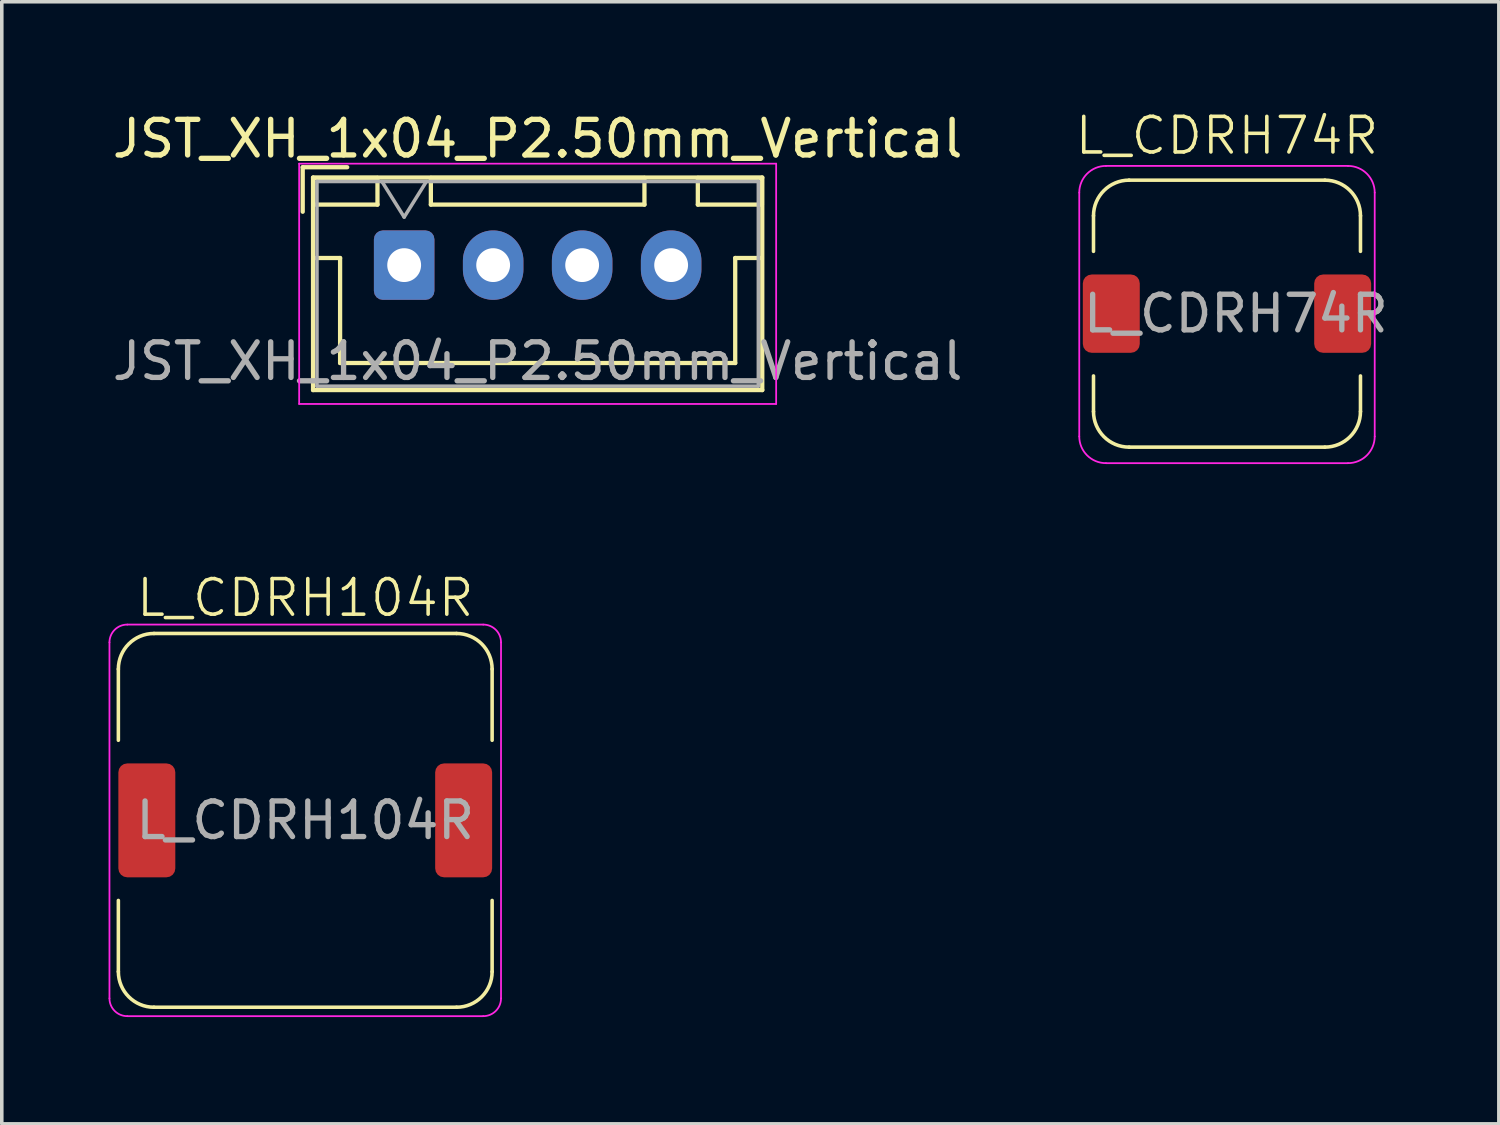
<source format=kicad_pcb>
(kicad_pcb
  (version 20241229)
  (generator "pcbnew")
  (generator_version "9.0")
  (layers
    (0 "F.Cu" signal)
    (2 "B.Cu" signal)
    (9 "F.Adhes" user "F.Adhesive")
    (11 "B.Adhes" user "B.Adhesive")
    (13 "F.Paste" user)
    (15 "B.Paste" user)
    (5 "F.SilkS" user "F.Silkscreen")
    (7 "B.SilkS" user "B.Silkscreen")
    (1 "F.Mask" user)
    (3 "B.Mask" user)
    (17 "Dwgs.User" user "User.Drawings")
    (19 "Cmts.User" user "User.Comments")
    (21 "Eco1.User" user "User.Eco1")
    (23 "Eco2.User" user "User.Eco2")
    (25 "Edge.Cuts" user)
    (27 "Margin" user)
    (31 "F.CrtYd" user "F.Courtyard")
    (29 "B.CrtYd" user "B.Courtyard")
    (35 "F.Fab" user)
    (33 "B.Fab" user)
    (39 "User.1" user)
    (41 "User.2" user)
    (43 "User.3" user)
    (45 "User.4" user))
  (footprint "JST_XH_1x04_P2.50mm_Vertical"
    (layer "F.Cu")
    (at 8.304 4.398)
    (property "Reference" "JST_XH_1x04_P2.50mm_Vertical" (at 3.75 -3.55 0) (layer "F.SilkS") (effects (font (size 1 1) (thickness 0.15))))
    (attr through_hole)
    (fp_line (start -2.85 -2.75) (end -2.85 -1.5) (stroke (width 0.12) (type solid)) (layer "F.SilkS"))
    (fp_line (start -2.56 -2.46) (end -2.56 3.51) (stroke (width 0.12) (type solid)) (layer "F.SilkS"))
    (fp_line (start -2.56 3.51) (end 10.06 3.51) (stroke (width 0.12) (type solid)) (layer "F.SilkS"))
    (fp_line (start -2.55 -2.45) (end -2.55 -1.7) (stroke (width 0.12) (type solid)) (layer "F.SilkS"))
    (fp_line (start -2.55 -1.7) (end -0.75 -1.7) (stroke (width 0.12) (type solid)) (layer "F.SilkS"))
    (fp_line (start -2.55 -0.2) (end -1.8 -0.2) (stroke (width 0.12) (type solid)) (layer "F.SilkS"))
    (fp_line (start -1.8 -0.2) (end -1.8 2.75) (stroke (width 0.12) (type solid)) (layer "F.SilkS"))
    (fp_line (start -1.8 2.75) (end 3.75 2.75) (stroke (width 0.12) (type solid)) (layer "F.SilkS"))
    (fp_line (start -1.6 -2.75) (end -2.85 -2.75) (stroke (width 0.12) (type solid)) (layer "F.SilkS"))
    (fp_line (start -0.75 -2.45) (end -2.55 -2.45) (stroke (width 0.12) (type solid)) (layer "F.SilkS"))
    (fp_line (start -0.75 -1.7) (end -0.75 -2.45) (stroke (width 0.12) (type solid)) (layer "F.SilkS"))
    (fp_line (start 0.75 -2.45) (end 0.75 -1.7) (stroke (width 0.12) (type solid)) (layer "F.SilkS"))
    (fp_line (start 0.75 -1.7) (end 6.75 -1.7) (stroke (width 0.12) (type solid)) (layer "F.SilkS"))
    (fp_line (start 6.75 -2.45) (end 0.75 -2.45) (stroke (width 0.12) (type solid)) (layer "F.SilkS"))
    (fp_line (start 6.75 -1.7) (end 6.75 -2.45) (stroke (width 0.12) (type solid)) (layer "F.SilkS"))
    (fp_line (start 8.25 -2.45) (end 8.25 -1.7) (stroke (width 0.12) (type solid)) (layer "F.SilkS"))
    (fp_line (start 8.25 -1.7) (end 10.05 -1.7) (stroke (width 0.12) (type solid)) (layer "F.SilkS"))
    (fp_line (start 9.3 -0.2) (end 9.3 2.75) (stroke (width 0.12) (type solid)) (layer "F.SilkS"))
    (fp_line (start 9.3 2.75) (end 3.75 2.75) (stroke (width 0.12) (type solid)) (layer "F.SilkS"))
    (fp_line (start 10.05 -2.45) (end 8.25 -2.45) (stroke (width 0.12) (type solid)) (layer "F.SilkS"))
    (fp_line (start 10.05 -1.7) (end 10.05 -2.45) (stroke (width 0.12) (type solid)) (layer "F.SilkS"))
    (fp_line (start 10.05 -0.2) (end 9.3 -0.2) (stroke (width 0.12) (type solid)) (layer "F.SilkS"))
    (fp_line (start 10.06 -2.46) (end -2.56 -2.46) (stroke (width 0.12) (type solid)) (layer "F.SilkS"))
    (fp_line (start 10.06 3.51) (end 10.06 -2.46) (stroke (width 0.12) (type solid)) (layer "F.SilkS"))
    (fp_line (start -2.95 -2.85) (end -2.95 3.9) (stroke (width 0.05) (type solid)) (layer "F.CrtYd"))
    (fp_line (start -2.95 3.9) (end 10.45 3.9) (stroke (width 0.05) (type solid)) (layer "F.CrtYd"))
    (fp_line (start 10.45 -2.85) (end -2.95 -2.85) (stroke (width 0.05) (type solid)) (layer "F.CrtYd"))
    (fp_line (start 10.45 3.9) (end 10.45 -2.85) (stroke (width 0.05) (type solid)) (layer "F.CrtYd"))
    (fp_line (start -2.45 -2.35) (end -2.45 3.4) (stroke (width 0.1) (type solid)) (layer "F.Fab"))
    (fp_line (start -2.45 3.4) (end 9.95 3.4) (stroke (width 0.1) (type solid)) (layer "F.Fab"))
    (fp_line (start -0.625 -2.35) (end 0 -1.35) (stroke (width 0.1) (type solid)) (layer "F.Fab"))
    (fp_line (start 0 -1.35) (end 0.625 -2.35) (stroke (width 0.1) (type solid)) (layer "F.Fab"))
    (fp_line (start 9.95 -2.35) (end -2.45 -2.35) (stroke (width 0.1) (type solid)) (layer "F.Fab"))
    (fp_line (start 9.95 3.4) (end 9.95 -2.35) (stroke (width 0.1) (type solid)) (layer "F.Fab"))
    (fp_text user "${REFERENCE}" (at 3.75 2.7 0) (layer "F.Fab") (effects (font (size 1 1) (thickness 0.15))))
    (pad "1" thru_hole roundrect (at 0 0) (size 1.7 1.95) (drill 0.95) (layers "*.Cu" "*.Mask") (roundrect_rratio 0.147))
    (pad "2" thru_hole oval (at 2.5 0) (size 1.7 1.95) (drill 0.95) (layers "*.Cu" "*.Mask"))
    (pad "3" thru_hole oval (at 5 0) (size 1.7 1.95) (drill 0.95) (layers "*.Cu" "*.Mask"))
    (pad "4" thru_hole oval (at 7.5 0) (size 1.7 1.95) (drill 0.95) (layers "*.Cu" "*.Mask")))
  (footprint "L_CDRH104R"
    (layer "F.Cu")
    (at 5.525 19.996)
    (property "Reference" "L_CDRH104R" (at 0 -6.25 0) (unlocked yes) (layer "F.SilkS") (effects (font (size 1 1) (thickness 0.1))))
    (attr through_hole)
    (fp_line (start -5.25 -4.25) (end -5.25 -2.25) (stroke (width 0.1) (type default)) (layer "F.SilkS"))
    (fp_line (start -5.25 4.25) (end -5.25 2.25) (stroke (width 0.1) (type default)) (layer "F.SilkS"))
    (fp_line (start -4.25 -5.25) (end 4.25 -5.25) (stroke (width 0.1) (type default)) (layer "F.SilkS"))
    (fp_line (start 4.25 5.25) (end -4.25 5.25) (stroke (width 0.1) (type default)) (layer "F.SilkS"))
    (fp_line (start 5.25 -4.25) (end 5.25 -2.25) (stroke (width 0.1) (type default)) (layer "F.SilkS"))
    (fp_line (start 5.25 4.25) (end 5.25 2.25) (stroke (width 0.1) (type default)) (layer "F.SilkS"))
    (fp_arc (start -5.25 -4.25) (mid -4.957107 -4.957107) (end -4.25 -5.25) (stroke (width 0.1) (type default)) (layer "F.SilkS"))
    (fp_arc (start -4.25 5.25) (mid -4.957107 4.957107) (end -5.25 4.25) (stroke (width 0.1) (type default)) (layer "F.SilkS"))
    (fp_arc (start 4.25 -5.25) (mid 4.957107 -4.957107) (end 5.25 -4.25) (stroke (width 0.1) (type default)) (layer "F.SilkS"))
    (fp_arc (start 5.25 4.25) (mid 4.957107 4.957107) (end 4.25 5.25) (stroke (width 0.1) (type default)) (layer "F.SilkS"))
    (fp_line (start -5.5 5) (end -5.5 -5) (stroke (width 0.05) (type default)) (layer "F.CrtYd"))
    (fp_line (start -5 -5.5) (end 5 -5.5) (stroke (width 0.05) (type default)) (layer "F.CrtYd"))
    (fp_line (start 5 5.5) (end -5 5.5) (stroke (width 0.05) (type default)) (layer "F.CrtYd"))
    (fp_line (start 5.5 -5) (end 5.5 5) (stroke (width 0.05) (type default)) (layer "F.CrtYd"))
    (fp_arc (start -5.5 -5) (mid -5.353553 -5.353553) (end -5 -5.5) (stroke (width 0.05) (type default)) (layer "F.CrtYd"))
    (fp_arc (start -5 5.5) (mid -5.353553 5.353553) (end -5.5 5) (stroke (width 0.05) (type default)) (layer "F.CrtYd"))
    (fp_arc (start 5 -5.5) (mid 5.353553 -5.353553) (end 5.5 -5) (stroke (width 0.05) (type default)) (layer "F.CrtYd"))
    (fp_arc (start 5.5 5) (mid 5.353553 5.353553) (end 5 5.5) (stroke (width 0.05) (type default)) (layer "F.CrtYd"))
    (fp_text user "${REFERENCE}" (at 0 0 0) (unlocked yes) (layer "F.Fab") (effects (font (size 1 1) (thickness 0.15))))
    (pad "1" smd roundrect (at -4.45 0) (size 1.6 3.2) (layers "F.Cu" "F.Mask" "F.Paste") (roundrect_rratio 0.156))
    (pad "2" smd roundrect (at 4.45 0) (size 1.6 3.2) (layers "F.Cu" "F.Mask" "F.Paste") (roundrect_rratio 0.156)))
  (footprint "L_CDRH74R"
    (layer "F.Cu")
    (at 31.419 5.761)
    (property "Reference" "L_CDRH74R" (at 0 -5 0) (unlocked yes) (layer "F.SilkS") (effects (font (size 1 1) (thickness 0.1))))
    (attr through_hole)
    (fp_line (start -3.75 -1.75) (end -3.75 -2.75) (stroke (width 0.1) (type default)) (layer "F.SilkS"))
    (fp_line (start -3.75 2.75) (end -3.75 1.75) (stroke (width 0.1) (type default)) (layer "F.SilkS"))
    (fp_line (start -2.75 -3.75) (end 2.75 -3.75) (stroke (width 0.1) (type default)) (layer "F.SilkS"))
    (fp_line (start 2.75 3.75) (end -2.75 3.75) (stroke (width 0.1) (type default)) (layer "F.SilkS"))
    (fp_line (start 3.75 -2.75) (end 3.75 -1.75) (stroke (width 0.1) (type default)) (layer "F.SilkS"))
    (fp_line (start 3.75 2.75) (end 3.75 1.75) (stroke (width 0.1) (type default)) (layer "F.SilkS"))
    (fp_arc (start -3.75 -2.75) (mid -3.457107 -3.457107) (end -2.75 -3.75) (stroke (width 0.1) (type default)) (layer "F.SilkS"))
    (fp_arc (start -2.75 3.75) (mid -3.457107 3.457107) (end -3.75 2.75) (stroke (width 0.1) (type default)) (layer "F.SilkS"))
    (fp_arc (start 2.75 -3.75) (mid 3.457107 -3.457107) (end 3.75 -2.75) (stroke (width 0.1) (type default)) (layer "F.SilkS"))
    (fp_arc (start 3.75 2.75) (mid 3.457107 3.457107) (end 2.75 3.75) (stroke (width 0.1) (type default)) (layer "F.SilkS"))
    (fp_line (start -4.15 3.45) (end -4.15 -3.4) (stroke (width 0.05) (type default)) (layer "F.CrtYd"))
    (fp_line (start -3.4 -4.15) (end 3.4 -4.15) (stroke (width 0.05) (type default)) (layer "F.CrtYd"))
    (fp_line (start 3.4 4.2) (end -3.4 4.2) (stroke (width 0.05) (type default)) (layer "F.CrtYd"))
    (fp_line (start 4.15 -3.4) (end 4.15 3.45) (stroke (width 0.05) (type default)) (layer "F.CrtYd"))
    (fp_arc (start -4.15 -3.4) (mid -3.93033 -3.93033) (end -3.4 -4.15) (stroke (width 0.05) (type default)) (layer "F.CrtYd"))
    (fp_arc (start -3.4 4.2) (mid -3.93033 3.98033) (end -4.15 3.45) (stroke (width 0.05) (type default)) (layer "F.CrtYd"))
    (fp_arc (start 3.4 -4.15) (mid 3.93033 -3.93033) (end 4.15 -3.4) (stroke (width 0.05) (type default)) (layer "F.CrtYd"))
    (fp_arc (start 4.15 3.45) (mid 3.93033 3.98033) (end 3.4 4.2) (stroke (width 0.05) (type default)) (layer "F.CrtYd"))
    (fp_text user "${REFERENCE}" (at 0.25 0 0) (unlocked yes) (layer "F.Fab") (effects (font (size 1 1) (thickness 0.15))))
    (pad "1" smd roundrect (at -3.25 0) (size 1.6 2.2) (layers "F.Cu" "F.Mask" "F.Paste") (roundrect_rratio 0.156))
    (pad "2" smd roundrect (at 3.25 0) (size 1.6 2.2) (layers "F.Cu" "F.Mask" "F.Paste") (roundrect_rratio 0.156)))
  (gr_rect
    (start -3 -3)
    (end 39.056 28.521)
    (stroke (width 0.1) (type default))
    (fill no)
    (layer "Edge.Cuts")))
</source>
